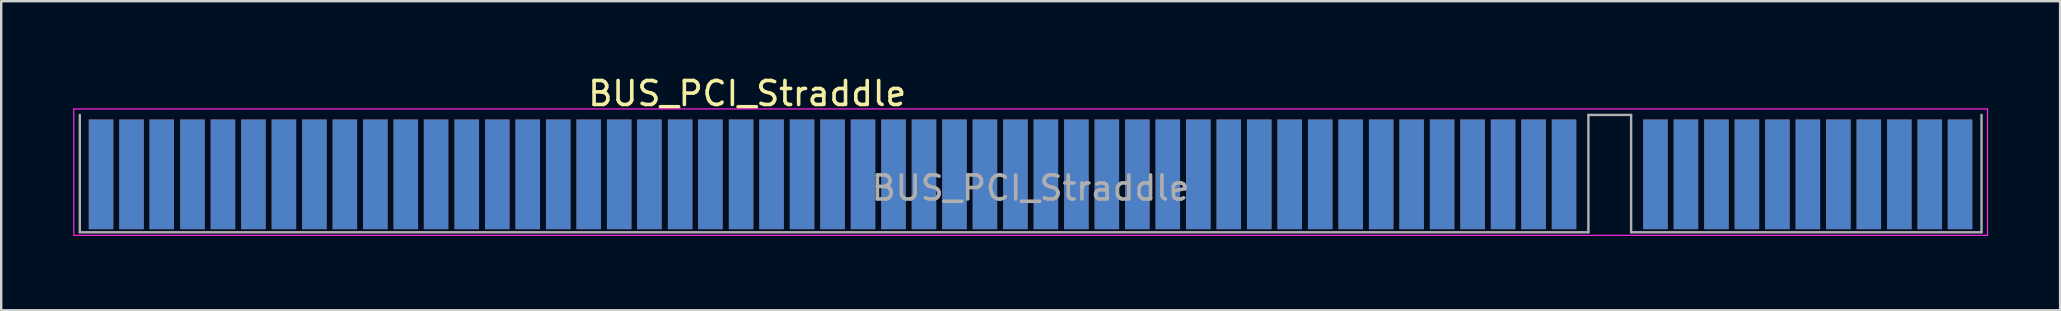
<source format=kicad_pcb>
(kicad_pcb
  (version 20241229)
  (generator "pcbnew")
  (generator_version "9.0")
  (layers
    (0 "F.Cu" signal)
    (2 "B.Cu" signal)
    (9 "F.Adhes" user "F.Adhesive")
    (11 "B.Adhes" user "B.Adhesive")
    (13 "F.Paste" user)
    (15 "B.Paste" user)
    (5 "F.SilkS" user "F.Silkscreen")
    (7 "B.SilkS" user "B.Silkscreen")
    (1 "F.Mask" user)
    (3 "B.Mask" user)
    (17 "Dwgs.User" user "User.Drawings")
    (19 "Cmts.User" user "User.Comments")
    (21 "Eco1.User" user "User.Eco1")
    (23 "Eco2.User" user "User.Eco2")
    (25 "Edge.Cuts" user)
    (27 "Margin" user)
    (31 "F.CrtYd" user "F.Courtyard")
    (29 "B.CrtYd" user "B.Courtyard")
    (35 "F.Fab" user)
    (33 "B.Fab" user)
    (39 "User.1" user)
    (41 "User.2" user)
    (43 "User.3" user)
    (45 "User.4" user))
  (footprint "BUS_PCI_Straddle"
    (layer "F.Cu")
    (at 39.895 6.628)
    (property "Reference" "BUS_PCI_Straddle" (at -11.81 -5.78 0) (layer "F.SilkS") (effects (font (size 1 1) (thickness 0.15))))
    (attr exclude_from_pos_files exclude_from_bom)
    (fp_line (start -39.87 -5.14) (end -39.87 0.127) (stroke (width 0.05) (type solid)) (layer "F.CrtYd"))
    (fp_line (start -39.87 -5.14) (end 39.87 -5.14) (stroke (width 0.05) (type solid)) (layer "F.CrtYd"))
    (fp_line (start 39.87 0.127) (end -39.87 0.127) (stroke (width 0.05) (type solid)) (layer "F.CrtYd"))
    (fp_line (start 39.87 0.127) (end 39.87 -5.14) (stroke (width 0.05) (type solid)) (layer "F.CrtYd"))
    (fp_line (start -39.62 -4.89) (end -39.62 0) (stroke (width 0.1) (type solid)) (layer "F.Fab"))
    (fp_line (start -39.62 0) (end 23.24 0) (stroke (width 0.1) (type solid)) (layer "F.Fab"))
    (fp_line (start 23.24 -4.89) (end 25.02 -4.89) (stroke (width 0.1) (type solid)) (layer "F.Fab"))
    (fp_line (start 23.24 0) (end 23.24 -4.89) (stroke (width 0.1) (type solid)) (layer "F.Fab"))
    (fp_line (start 25.02 -4.89) (end 25.02 0) (stroke (width 0.1) (type solid)) (layer "F.Fab"))
    (fp_line (start 25.02 0) (end 39.62 0) (stroke (width 0.1) (type solid)) (layer "F.Fab"))
    (fp_line (start 39.62 0) (end 39.62 -4.89) (stroke (width 0.1) (type solid)) (layer "F.Fab"))
    (fp_text user "${REFERENCE}" (at -0.005 -1.843 0) (layer "F.Fab") (effects (font (size 1 1) (thickness 0.15))))
    (pad "A1" connect rect (at -38.735 -2.413) (size 1.02 4.57) (layers "B.Cu" "B.Mask"))
    (pad "A2" connect rect (at -37.465 -2.413) (size 1.02 4.57) (layers "B.Cu" "B.Mask"))
    (pad "A3" connect rect (at -36.205 -2.413) (size 1.02 4.57) (layers "B.Cu" "B.Mask"))
    (pad "A4" connect rect (at -34.925 -2.413) (size 1.02 4.57) (layers "B.Cu" "B.Mask"))
    (pad "A5" connect rect (at -33.655 -2.413) (size 1.02 4.57) (layers "B.Cu" "B.Mask"))
    (pad "A6" connect rect (at -32.385 -2.413) (size 1.02 4.57) (layers "B.Cu" "B.Mask"))
    (pad "A7" connect rect (at -31.115 -2.413) (size 1.02 4.57) (layers "B.Cu" "B.Mask"))
    (pad "A8" connect rect (at -29.845 -2.413) (size 1.02 4.57) (layers "B.Cu" "B.Mask"))
    (pad "A9" connect rect (at -28.575 -2.413) (size 1.02 4.57) (layers "B.Cu" "B.Mask"))
    (pad "A10" connect rect (at -27.305 -2.413) (size 1.02 4.57) (layers "B.Cu" "B.Mask"))
    (pad "A11" connect rect (at -26.035 -2.413) (size 1.02 4.57) (layers "B.Cu" "B.Mask"))
    (pad "A12" connect rect (at -24.775 -2.413) (size 1.02 4.57) (layers "B.Cu" "B.Mask"))
    (pad "A13" connect rect (at -23.495 -2.413) (size 1.02 4.57) (layers "B.Cu" "B.Mask"))
    (pad "A14" connect rect (at -22.225 -2.413) (size 1.02 4.57) (layers "B.Cu" "B.Mask"))
    (pad "A15" connect rect (at -20.955 -2.413) (size 1.02 4.57) (layers "B.Cu" "B.Mask"))
    (pad "A16" connect rect (at -19.685 -2.413) (size 1.02 4.57) (layers "B.Cu" "B.Mask"))
    (pad "A17" connect rect (at -18.415 -2.413) (size 1.02 4.57) (layers "B.Cu" "B.Mask"))
    (pad "A18" connect rect (at -17.145 -2.413) (size 1.02 4.57) (layers "B.Cu" "B.Mask"))
    (pad "A19" connect rect (at -15.885 -2.413) (size 1.02 4.57) (layers "B.Cu" "B.Mask"))
    (pad "A20" connect rect (at -14.605 -2.413) (size 1.02 4.57) (layers "B.Cu" "B.Mask"))
    (pad "A21" connect rect (at -13.345 -2.413) (size 1.02 4.57) (layers "B.Cu" "B.Mask"))
    (pad "A22" connect rect (at -12.065 -2.413) (size 1.02 4.57) (layers "B.Cu" "B.Mask"))
    (pad "A23" connect rect (at -10.795 -2.413) (size 1.02 4.57) (layers "B.Cu" "B.Mask"))
    (pad "A24" connect rect (at -9.525 -2.413) (size 1.02 4.57) (layers "B.Cu" "B.Mask"))
    (pad "A25" connect rect (at -8.255 -2.413) (size 1.02 4.57) (layers "B.Cu" "B.Mask"))
    (pad "A26" connect rect (at -6.985 -2.413) (size 1.02 4.57) (layers "B.Cu" "B.Mask"))
    (pad "A27" connect rect (at -5.715 -2.413) (size 1.02 4.57) (layers "B.Cu" "B.Mask"))
    (pad "A28" connect rect (at -4.445 -2.413) (size 1.02 4.57) (layers "B.Cu" "B.Mask"))
    (pad "A29" connect rect (at -3.175 -2.413) (size 1.02 4.57) (layers "B.Cu" "B.Mask"))
    (pad "A30" connect rect (at -1.905 -2.413) (size 1.02 4.57) (layers "B.Cu" "B.Mask"))
    (pad "A31" connect rect (at -0.635 -2.413) (size 1.02 4.57) (layers "B.Cu" "B.Mask"))
    (pad "A32" connect rect (at 0.635 -2.413) (size 1.02 4.57) (layers "B.Cu" "B.Mask"))
    (pad "A33" connect rect (at 1.905 -2.413) (size 1.02 4.57) (layers "B.Cu" "B.Mask"))
    (pad "A34" connect rect (at 3.175 -2.413) (size 1.02 4.57) (layers "B.Cu" "B.Mask"))
    (pad "A35" connect rect (at 4.445 -2.413) (size 1.02 4.57) (layers "B.Cu" "B.Mask"))
    (pad "A36" connect rect (at 5.715 -2.413) (size 1.02 4.57) (layers "B.Cu" "B.Mask"))
    (pad "A37" connect rect (at 6.985 -2.413) (size 1.02 4.57) (layers "B.Cu" "B.Mask"))
    (pad "A38" connect rect (at 8.255 -2.413) (size 1.02 4.57) (layers "B.Cu" "B.Mask"))
    (pad "A39" connect rect (at 9.525 -2.413) (size 1.02 4.57) (layers "B.Cu" "B.Mask"))
    (pad "A40" connect rect (at 10.795 -2.413) (size 1.02 4.57) (layers "B.Cu" "B.Mask"))
    (pad "A41" connect rect (at 12.065 -2.413) (size 1.02 4.57) (layers "B.Cu" "B.Mask"))
    (pad "A42" connect rect (at 13.335 -2.413) (size 1.02 4.57) (layers "B.Cu" "B.Mask"))
    (pad "A43" connect rect (at 14.605 -2.413) (size 1.02 4.57) (layers "B.Cu" "B.Mask"))
    (pad "A44" connect rect (at 15.875 -2.413) (size 1.02 4.57) (layers "B.Cu" "B.Mask"))
    (pad "A45" connect rect (at 17.145 -2.413) (size 1.02 4.57) (layers "B.Cu" "B.Mask"))
    (pad "A46" connect rect (at 18.415 -2.413) (size 1.02 4.57) (layers "B.Cu" "B.Mask"))
    (pad "A47" connect rect (at 19.685 -2.413) (size 1.02 4.57) (layers "B.Cu" "B.Mask"))
    (pad "A48" connect rect (at 20.955 -2.413) (size 1.02 4.57) (layers "B.Cu" "B.Mask"))
    (pad "A49" connect rect (at 22.225 -2.413) (size 1.02 4.57) (layers "B.Cu" "B.Mask"))
    (pad "A52" connect rect (at 26.035 -2.413) (size 1.02 4.57) (layers "B.Cu" "B.Mask"))
    (pad "A53" connect rect (at 27.305 -2.413) (size 1.02 4.57) (layers "B.Cu" "B.Mask"))
    (pad "A54" connect rect (at 28.575 -2.413) (size 1.02 4.57) (layers "B.Cu" "B.Mask"))
    (pad "A55" connect rect (at 29.845 -2.413) (size 1.02 4.57) (layers "B.Cu" "B.Mask"))
    (pad "A56" connect rect (at 31.115 -2.413) (size 1.02 4.57) (layers "B.Cu" "B.Mask"))
    (pad "A57" connect rect (at 32.385 -2.413) (size 1.02 4.57) (layers "B.Cu" "B.Mask"))
    (pad "A58" connect rect (at 33.655 -2.413) (size 1.02 4.57) (layers "B.Cu" "B.Mask"))
    (pad "A59" connect rect (at 34.925 -2.413) (size 1.02 4.57) (layers "B.Cu" "B.Mask"))
    (pad "A60" connect rect (at 36.195 -2.413) (size 1.02 4.57) (layers "B.Cu" "B.Mask"))
    (pad "A61" connect rect (at 37.465 -2.413) (size 1.02 4.57) (layers "B.Cu" "B.Mask"))
    (pad "A62" connect rect (at 38.725 -2.413) (size 1.02 4.57) (layers "B.Cu" "B.Mask"))
    (pad "B1" connect rect (at -38.735 -2.413) (size 1.02 4.57) (layers "F.Cu" "F.Mask"))
    (pad "B2" connect rect (at -37.465 -2.413) (size 1.02 4.57) (layers "F.Cu" "F.Mask"))
    (pad "B3" connect rect (at -36.205 -2.413) (size 1.02 4.57) (layers "F.Cu" "F.Mask"))
    (pad "B4" connect rect (at -34.925 -2.413) (size 1.02 4.57) (layers "F.Cu" "F.Mask"))
    (pad "B5" connect rect (at -33.655 -2.413) (size 1.02 4.57) (layers "F.Cu" "F.Mask"))
    (pad "B6" connect rect (at -32.385 -2.413) (size 1.02 4.57) (layers "F.Cu" "F.Mask"))
    (pad "B7" connect rect (at -31.115 -2.413) (size 1.02 4.57) (layers "F.Cu" "F.Mask"))
    (pad "B8" connect rect (at -29.845 -2.413) (size 1.02 4.57) (layers "F.Cu" "F.Mask"))
    (pad "B9" connect rect (at -28.575 -2.413) (size 1.02 4.57) (layers "F.Cu" "F.Mask"))
    (pad "B10" connect rect (at -27.305 -2.413) (size 1.02 4.57) (layers "F.Cu" "F.Mask"))
    (pad "B11" connect rect (at -26.035 -2.413) (size 1.02 4.57) (layers "F.Cu" "F.Mask"))
    (pad "B12" connect rect (at -24.775 -2.413) (size 1.02 4.57) (layers "F.Cu" "F.Mask"))
    (pad "B13" connect rect (at -23.495 -2.413) (size 1.02 4.57) (layers "F.Cu" "F.Mask"))
    (pad "B14" connect rect (at -22.225 -2.413) (size 1.02 4.57) (layers "F.Cu" "F.Mask"))
    (pad "B15" connect rect (at -20.955 -2.413) (size 1.02 4.57) (layers "F.Cu" "F.Mask"))
    (pad "B16" connect rect (at -19.685 -2.413) (size 1.02 4.57) (layers "F.Cu" "F.Mask"))
    (pad "B17" connect rect (at -18.415 -2.413) (size 1.02 4.57) (layers "F.Cu" "F.Mask"))
    (pad "B18" connect rect (at -17.145 -2.413) (size 1.02 4.57) (layers "F.Cu" "F.Mask"))
    (pad "B19" connect rect (at -15.885 -2.413) (size 1.02 4.57) (layers "F.Cu" "F.Mask"))
    (pad "B20" connect rect (at -14.605 -2.413) (size 1.02 4.57) (layers "F.Cu" "F.Mask"))
    (pad "B21" connect rect (at -13.345 -2.413) (size 1.02 4.57) (layers "F.Cu" "F.Mask"))
    (pad "B22" connect rect (at -12.065 -2.413) (size 1.02 4.57) (layers "F.Cu" "F.Mask"))
    (pad "B23" connect rect (at -10.795 -2.413) (size 1.02 4.57) (layers "F.Cu" "F.Mask"))
    (pad "B24" connect rect (at -9.525 -2.413) (size 1.02 4.57) (layers "F.Cu" "F.Mask"))
    (pad "B25" connect rect (at -8.255 -2.413) (size 1.02 4.57) (layers "F.Cu" "F.Mask"))
    (pad "B26" connect rect (at -6.985 -2.413) (size 1.02 4.57) (layers "F.Cu" "F.Mask"))
    (pad "B27" connect rect (at -5.715 -2.413) (size 1.02 4.57) (layers "F.Cu" "F.Mask"))
    (pad "B28" connect rect (at -4.445 -2.413) (size 1.02 4.57) (layers "F.Cu" "F.Mask"))
    (pad "B29" connect rect (at -3.175 -2.413) (size 1.02 4.57) (layers "F.Cu" "F.Mask"))
    (pad "B30" connect rect (at -1.905 -2.413) (size 1.02 4.57) (layers "F.Cu" "F.Mask"))
    (pad "B31" connect rect (at -0.635 -2.413) (size 1.02 4.57) (layers "F.Cu" "F.Mask"))
    (pad "B32" connect rect (at 0.635 -2.413) (size 1.02 4.57) (layers "F.Cu" "F.Mask"))
    (pad "B33" connect rect (at 1.905 -2.413) (size 1.02 4.57) (layers "F.Cu" "F.Mask"))
    (pad "B34" connect rect (at 3.175 -2.413) (size 1.02 4.57) (layers "F.Cu" "F.Mask"))
    (pad "B35" connect rect (at 4.445 -2.413) (size 1.02 4.57) (layers "F.Cu" "F.Mask"))
    (pad "B36" connect rect (at 5.715 -2.413) (size 1.02 4.57) (layers "F.Cu" "F.Mask"))
    (pad "B37" connect rect (at 6.985 -2.413) (size 1.02 4.57) (layers "F.Cu" "F.Mask"))
    (pad "B38" connect rect (at 8.255 -2.413) (size 1.02 4.57) (layers "F.Cu" "F.Mask"))
    (pad "B39" connect rect (at 9.525 -2.413) (size 1.02 4.57) (layers "F.Cu" "F.Mask"))
    (pad "B40" connect rect (at 10.795 -2.413) (size 1.02 4.57) (layers "F.Cu" "F.Mask"))
    (pad "B41" connect rect (at 12.065 -2.413) (size 1.02 4.57) (layers "F.Cu" "F.Mask"))
    (pad "B42" connect rect (at 13.335 -2.413) (size 1.02 4.57) (layers "F.Cu" "F.Mask"))
    (pad "B43" connect rect (at 14.605 -2.413) (size 1.02 4.57) (layers "F.Cu" "F.Mask"))
    (pad "B44" connect rect (at 15.875 -2.413) (size 1.02 4.57) (layers "F.Cu" "F.Mask"))
    (pad "B45" connect rect (at 17.145 -2.413) (size 1.02 4.57) (layers "F.Cu" "F.Mask"))
    (pad "B46" connect rect (at 18.415 -2.413) (size 1.02 4.57) (layers "F.Cu" "F.Mask"))
    (pad "B47" connect rect (at 19.685 -2.413) (size 1.02 4.57) (layers "F.Cu" "F.Mask"))
    (pad "B48" connect rect (at 20.955 -2.413) (size 1.02 4.57) (layers "F.Cu" "F.Mask"))
    (pad "B49" connect rect (at 22.225 -2.413) (size 1.02 4.57) (layers "F.Cu" "F.Mask"))
    (pad "B52" connect rect (at 26.035 -2.413) (size 1.02 4.57) (layers "F.Cu" "F.Mask"))
    (pad "B53" connect rect (at 27.305 -2.413) (size 1.02 4.57) (layers "F.Cu" "F.Mask"))
    (pad "B54" connect rect (at 28.575 -2.413) (size 1.02 4.57) (layers "F.Cu" "F.Mask"))
    (pad "B55" connect rect (at 29.845 -2.413) (size 1.02 4.57) (layers "F.Cu" "F.Mask"))
    (pad "B56" connect rect (at 31.115 -2.413) (size 1.02 4.57) (layers "F.Cu" "F.Mask"))
    (pad "B57" connect rect (at 32.385 -2.413) (size 1.02 4.57) (layers "F.Cu" "F.Mask"))
    (pad "B58" connect rect (at 33.655 -2.413) (size 1.02 4.57) (layers "F.Cu" "F.Mask"))
    (pad "B59" connect rect (at 34.925 -2.413) (size 1.02 4.57) (layers "F.Cu" "F.Mask"))
    (pad "B60" connect rect (at 36.195 -2.413) (size 1.02 4.57) (layers "F.Cu" "F.Mask"))
    (pad "B61" connect rect (at 37.465 -2.413) (size 1.02 4.57) (layers "F.Cu" "F.Mask"))
    (pad "B62" connect rect (at 38.725 -2.413) (size 1.02 4.57) (layers "F.Cu" "F.Mask")))
  (gr_rect
    (start -3 -3)
    (end 82.79 9.878)
    (stroke (width 0.1) (type default))
    (fill no)
    (layer "Edge.Cuts")))
</source>
